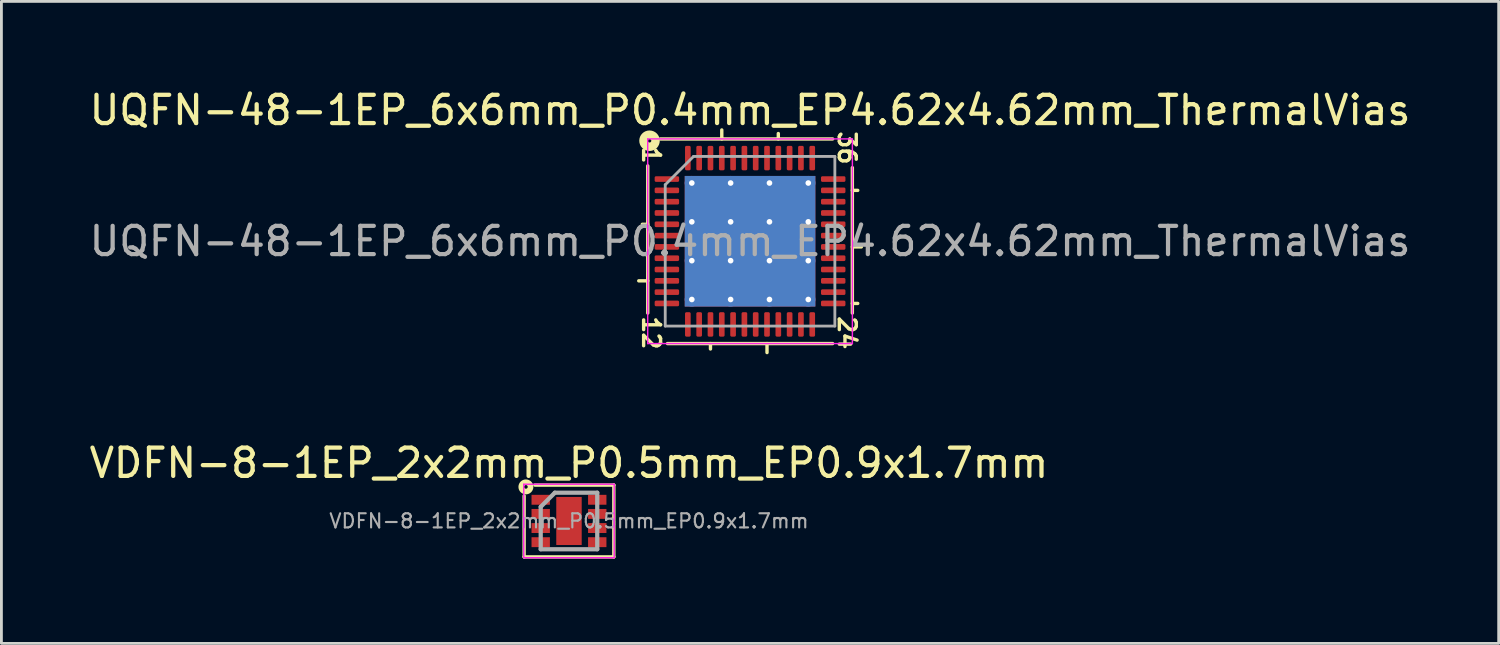
<source format=kicad_pcb>
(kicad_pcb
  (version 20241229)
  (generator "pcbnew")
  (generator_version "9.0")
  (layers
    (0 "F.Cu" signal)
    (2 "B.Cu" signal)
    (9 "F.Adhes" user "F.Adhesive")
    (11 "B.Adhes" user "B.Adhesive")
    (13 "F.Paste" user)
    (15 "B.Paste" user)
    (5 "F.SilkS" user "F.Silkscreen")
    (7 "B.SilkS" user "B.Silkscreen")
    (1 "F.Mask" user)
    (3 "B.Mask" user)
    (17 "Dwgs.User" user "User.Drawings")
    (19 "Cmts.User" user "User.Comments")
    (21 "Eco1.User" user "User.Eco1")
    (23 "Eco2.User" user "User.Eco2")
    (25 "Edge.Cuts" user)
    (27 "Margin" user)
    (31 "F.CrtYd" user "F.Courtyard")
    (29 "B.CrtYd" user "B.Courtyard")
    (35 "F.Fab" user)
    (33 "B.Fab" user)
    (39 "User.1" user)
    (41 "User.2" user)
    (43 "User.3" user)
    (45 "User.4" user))
  (footprint "UQFN-48-1EP_6x6mm_P0.4mm_EP4.62x4.62mm_ThermalVias"
    (layer "F.Cu")
    (at 23.482 5.484)
    (property "Reference" "UQFN-48-1EP_6x6mm_P0.4mm_EP4.62x4.62mm_ThermalVias" (at 0 -4.636 0) (layer "F.SilkS") (effects (font (size 1 1) (thickness 0.15))))
    (attr smd)
    (fp_line (start -3.619 -2.667) (end -3.619 2.54) (stroke (width 0.12) (type solid)) (layer "F.SilkS"))
    (fp_line (start -3.619 -0.6) (end -3.81 -0.6) (stroke (width 0.12) (type solid)) (layer "F.SilkS"))
    (fp_line (start -3.619 1.4) (end -3.937 1.4) (stroke (width 0.12) (type solid)) (layer "F.SilkS"))
    (fp_line (start -2.921 3.619) (end 2.921 3.619) (stroke (width 0.12) (type solid)) (layer "F.SilkS"))
    (fp_line (start -1.4 3.81) (end -1.4 3.619) (stroke (width 0.12) (type solid)) (layer "F.SilkS"))
    (fp_line (start -1 -3.619) (end -1 -3.937) (stroke (width 0.12) (type solid)) (layer "F.SilkS"))
    (fp_line (start 0.6 3.619) (end 0.6 3.937) (stroke (width 0.12) (type solid)) (layer "F.SilkS"))
    (fp_line (start 1 -3.619) (end 1 -3.81) (stroke (width 0.12) (type solid)) (layer "F.SilkS"))
    (fp_line (start 2.921 -3.619) (end -3.175 -3.619) (stroke (width 0.12) (type solid)) (layer "F.SilkS"))
    (fp_line (start 3.619 -1.8) (end 3.81 -1.8) (stroke (width 0.12) (type solid)) (layer "F.SilkS"))
    (fp_line (start 3.619 0.2) (end 3.937 0.2) (stroke (width 0.12) (type solid)) (layer "F.SilkS"))
    (fp_line (start 3.619 2.2) (end 3.81 2.2) (stroke (width 0.12) (type solid)) (layer "F.SilkS"))
    (fp_line (start 3.619 2.54) (end 3.619 -2.603) (stroke (width 0.12) (type solid)) (layer "F.SilkS"))
    (fp_circle (center -3.556 -3.556) (end -3.493 -3.556) (stroke (width 0.3) (type solid)) (fill no) (layer "F.SilkS"))
    (fp_line (start -3.62 -3.62) (end -3.62 3.62) (stroke (width 0.05) (type solid)) (layer "F.CrtYd"))
    (fp_line (start -3.62 3.62) (end 3.62 3.62) (stroke (width 0.05) (type solid)) (layer "F.CrtYd"))
    (fp_line (start 3.62 -3.62) (end -3.62 -3.62) (stroke (width 0.05) (type solid)) (layer "F.CrtYd"))
    (fp_line (start 3.62 3.62) (end 3.62 -3.62) (stroke (width 0.05) (type solid)) (layer "F.CrtYd"))
    (fp_line (start -3 -2) (end -2 -3) (stroke (width 0.1) (type solid)) (layer "F.Fab"))
    (fp_line (start -3 3) (end -3 -2) (stroke (width 0.1) (type solid)) (layer "F.Fab"))
    (fp_line (start -2 -3) (end 3 -3) (stroke (width 0.1) (type solid)) (layer "F.Fab"))
    (fp_line (start 3 -3) (end 3 3) (stroke (width 0.1) (type solid)) (layer "F.Fab"))
    (fp_line (start 3 3) (end -3 3) (stroke (width 0.1) (type solid)) (layer "F.Fab"))
    (fp_text user "1" (at -3.493 -3.048 270) (unlocked yes) (layer "F.SilkS") (effects (font (size 0.6 0.6) (thickness 0.12))))
    (fp_text user "12" (at -3.493 3.239 270) (unlocked yes) (layer "F.SilkS") (effects (font (size 0.6 0.6) (thickness 0.12))))
    (fp_text user "36" (at 3.429 -3.302 270) (unlocked yes) (layer "F.SilkS") (effects (font (size 0.6 0.6) (thickness 0.12))))
    (fp_text user "24" (at 3.429 3.239 270) (unlocked yes) (layer "F.SilkS") (effects (font (size 0.6 0.6) (thickness 0.12))))
    (fp_text user "${REFERENCE}" (at 0 0 0) (layer "F.Fab") (effects (font (size 1 1) (thickness 0.15))))
    (pad "" smd roundrect (at -1.373 -1.373) (size 1.193 1.193) (layers "F.Paste") (roundrect_rratio 0.21))
    (pad "" smd roundrect (at -1.373 0) (size 1.193 1.193) (layers "F.Paste") (roundrect_rratio 0.21))
    (pad "" smd roundrect (at -1.373 1.373) (size 1.193 1.193) (layers "F.Paste") (roundrect_rratio 0.21))
    (pad "" smd roundrect (at 0 -1.373) (size 1.193 1.193) (layers "F.Paste") (roundrect_rratio 0.21))
    (pad "" smd roundrect (at 0 0) (size 1.193 1.193) (layers "F.Paste") (roundrect_rratio 0.21))
    (pad "" smd roundrect (at 0 1.373) (size 1.193 1.193) (layers "F.Paste") (roundrect_rratio 0.21))
    (pad "" smd roundrect (at 1.373 -1.373) (size 1.193 1.193) (layers "F.Paste") (roundrect_rratio 0.21))
    (pad "" smd roundrect (at 1.373 0) (size 1.193 1.193) (layers "F.Paste") (roundrect_rratio 0.21))
    (pad "" smd roundrect (at 1.373 1.373) (size 1.193 1.193) (layers "F.Paste") (roundrect_rratio 0.21))
    (pad "1" smd roundrect (at -2.942 -2.2) (size 0.865 0.2) (layers "F.Cu" "F.Mask" "F.Paste") (roundrect_rratio 0.25))
    (pad "2" smd roundrect (at -2.942 -1.8) (size 0.865 0.2) (layers "F.Cu" "F.Mask" "F.Paste") (roundrect_rratio 0.25))
    (pad "3" smd roundrect (at -2.942 -1.4) (size 0.865 0.2) (layers "F.Cu" "F.Mask" "F.Paste") (roundrect_rratio 0.25))
    (pad "4" smd roundrect (at -2.942 -1) (size 0.865 0.2) (layers "F.Cu" "F.Mask" "F.Paste") (roundrect_rratio 0.25))
    (pad "5" smd roundrect (at -2.942 -0.6) (size 0.865 0.2) (layers "F.Cu" "F.Mask" "F.Paste") (roundrect_rratio 0.25))
    (pad "6" smd roundrect (at -2.942 -0.2) (size 0.865 0.2) (layers "F.Cu" "F.Mask" "F.Paste") (roundrect_rratio 0.25))
    (pad "7" smd roundrect (at -2.942 0.2) (size 0.865 0.2) (layers "F.Cu" "F.Mask" "F.Paste") (roundrect_rratio 0.25))
    (pad "8" smd roundrect (at -2.942 0.6) (size 0.865 0.2) (layers "F.Cu" "F.Mask" "F.Paste") (roundrect_rratio 0.25))
    (pad "9" smd roundrect (at -2.942 1) (size 0.865 0.2) (layers "F.Cu" "F.Mask" "F.Paste") (roundrect_rratio 0.25))
    (pad "10" smd roundrect (at -2.942 1.4) (size 0.865 0.2) (layers "F.Cu" "F.Mask" "F.Paste") (roundrect_rratio 0.25))
    (pad "11" smd roundrect (at -2.942 1.8) (size 0.865 0.2) (layers "F.Cu" "F.Mask" "F.Paste") (roundrect_rratio 0.25))
    (pad "12" smd roundrect (at -2.942 2.2) (size 0.865 0.2) (layers "F.Cu" "F.Mask" "F.Paste") (roundrect_rratio 0.25))
    (pad "13" smd roundrect (at -2.2 2.942) (size 0.2 0.865) (layers "F.Cu" "F.Mask" "F.Paste") (roundrect_rratio 0.25))
    (pad "14" smd roundrect (at -1.8 2.942) (size 0.2 0.865) (layers "F.Cu" "F.Mask" "F.Paste") (roundrect_rratio 0.25))
    (pad "15" smd roundrect (at -1.4 2.942) (size 0.2 0.865) (layers "F.Cu" "F.Mask" "F.Paste") (roundrect_rratio 0.25))
    (pad "16" smd roundrect (at -1 2.942) (size 0.2 0.865) (layers "F.Cu" "F.Mask" "F.Paste") (roundrect_rratio 0.25))
    (pad "17" smd roundrect (at -0.6 2.942) (size 0.2 0.865) (layers "F.Cu" "F.Mask" "F.Paste") (roundrect_rratio 0.25))
    (pad "18" smd roundrect (at -0.2 2.942) (size 0.2 0.865) (layers "F.Cu" "F.Mask" "F.Paste") (roundrect_rratio 0.25))
    (pad "19" smd roundrect (at 0.2 2.942) (size 0.2 0.865) (layers "F.Cu" "F.Mask" "F.Paste") (roundrect_rratio 0.25))
    (pad "20" smd roundrect (at 0.6 2.942) (size 0.2 0.865) (layers "F.Cu" "F.Mask" "F.Paste") (roundrect_rratio 0.25))
    (pad "21" smd roundrect (at 1 2.942) (size 0.2 0.865) (layers "F.Cu" "F.Mask" "F.Paste") (roundrect_rratio 0.25))
    (pad "22" smd roundrect (at 1.4 2.942) (size 0.2 0.865) (layers "F.Cu" "F.Mask" "F.Paste") (roundrect_rratio 0.25))
    (pad "23" smd roundrect (at 1.8 2.942) (size 0.2 0.865) (layers "F.Cu" "F.Mask" "F.Paste") (roundrect_rratio 0.25))
    (pad "24" smd roundrect (at 2.2 2.942) (size 0.2 0.865) (layers "F.Cu" "F.Mask" "F.Paste") (roundrect_rratio 0.25))
    (pad "25" smd roundrect (at 2.942 2.2) (size 0.865 0.2) (layers "F.Cu" "F.Mask" "F.Paste") (roundrect_rratio 0.25))
    (pad "26" smd roundrect (at 2.942 1.8) (size 0.865 0.2) (layers "F.Cu" "F.Mask" "F.Paste") (roundrect_rratio 0.25))
    (pad "27" smd roundrect (at 2.942 1.4) (size 0.865 0.2) (layers "F.Cu" "F.Mask" "F.Paste") (roundrect_rratio 0.25))
    (pad "28" smd roundrect (at 2.942 1) (size 0.865 0.2) (layers "F.Cu" "F.Mask" "F.Paste") (roundrect_rratio 0.25))
    (pad "29" smd roundrect (at 2.942 0.6) (size 0.865 0.2) (layers "F.Cu" "F.Mask" "F.Paste") (roundrect_rratio 0.25))
    (pad "30" smd roundrect (at 2.942 0.2) (size 0.865 0.2) (layers "F.Cu" "F.Mask" "F.Paste") (roundrect_rratio 0.25))
    (pad "31" smd roundrect (at 2.942 -0.2) (size 0.865 0.2) (layers "F.Cu" "F.Mask" "F.Paste") (roundrect_rratio 0.25))
    (pad "32" smd roundrect (at 2.942 -0.6) (size 0.865 0.2) (layers "F.Cu" "F.Mask" "F.Paste") (roundrect_rratio 0.25))
    (pad "33" smd roundrect (at 2.942 -1) (size 0.865 0.2) (layers "F.Cu" "F.Mask" "F.Paste") (roundrect_rratio 0.25))
    (pad "34" smd roundrect (at 2.942 -1.4) (size 0.865 0.2) (layers "F.Cu" "F.Mask" "F.Paste") (roundrect_rratio 0.25))
    (pad "35" smd roundrect (at 2.942 -1.8) (size 0.865 0.2) (layers "F.Cu" "F.Mask" "F.Paste") (roundrect_rratio 0.25))
    (pad "36" smd roundrect (at 2.942 -2.2) (size 0.865 0.2) (layers "F.Cu" "F.Mask" "F.Paste") (roundrect_rratio 0.25))
    (pad "37" smd roundrect (at 2.2 -2.942) (size 0.2 0.865) (layers "F.Cu" "F.Mask" "F.Paste") (roundrect_rratio 0.25))
    (pad "38" smd roundrect (at 1.8 -2.942) (size 0.2 0.865) (layers "F.Cu" "F.Mask" "F.Paste") (roundrect_rratio 0.25))
    (pad "39" smd roundrect (at 1.4 -2.942) (size 0.2 0.865) (layers "F.Cu" "F.Mask" "F.Paste") (roundrect_rratio 0.25))
    (pad "40" smd roundrect (at 1 -2.942) (size 0.2 0.865) (layers "F.Cu" "F.Mask" "F.Paste") (roundrect_rratio 0.25))
    (pad "41" smd roundrect (at 0.6 -2.942) (size 0.2 0.865) (layers "F.Cu" "F.Mask" "F.Paste") (roundrect_rratio 0.25))
    (pad "42" smd roundrect (at 0.2 -2.942) (size 0.2 0.865) (layers "F.Cu" "F.Mask" "F.Paste") (roundrect_rratio 0.25))
    (pad "43" smd roundrect (at -0.2 -2.942) (size 0.2 0.865) (layers "F.Cu" "F.Mask" "F.Paste") (roundrect_rratio 0.25))
    (pad "44" smd roundrect (at -0.6 -2.942) (size 0.2 0.865) (layers "F.Cu" "F.Mask" "F.Paste") (roundrect_rratio 0.25))
    (pad "45" smd roundrect (at -1 -2.942) (size 0.2 0.865) (layers "F.Cu" "F.Mask" "F.Paste") (roundrect_rratio 0.25))
    (pad "46" smd roundrect (at -1.4 -2.942) (size 0.2 0.865) (layers "F.Cu" "F.Mask" "F.Paste") (roundrect_rratio 0.25))
    (pad "47" smd roundrect (at -1.8 -2.942) (size 0.2 0.865) (layers "F.Cu" "F.Mask" "F.Paste") (roundrect_rratio 0.25))
    (pad "48" smd roundrect (at -2.2 -2.942) (size 0.2 0.865) (layers "F.Cu" "F.Mask" "F.Paste") (roundrect_rratio 0.25))
    (pad "49" thru_hole circle (at -2.06 -2.06) (size 0.5 0.5) (drill 0.2) (layers "*.Cu"))
    (pad "49" thru_hole circle (at -2.06 -0.687) (size 0.5 0.5) (drill 0.2) (layers "*.Cu"))
    (pad "49" thru_hole circle (at -2.06 0.687) (size 0.5 0.5) (drill 0.2) (layers "*.Cu"))
    (pad "49" thru_hole circle (at -2.06 2.06) (size 0.5 0.5) (drill 0.2) (layers "*.Cu"))
    (pad "49" thru_hole circle (at -0.687 -2.06) (size 0.5 0.5) (drill 0.2) (layers "*.Cu"))
    (pad "49" thru_hole circle (at -0.687 -0.687) (size 0.5 0.5) (drill 0.2) (layers "*.Cu"))
    (pad "49" thru_hole circle (at -0.687 0.687) (size 0.5 0.5) (drill 0.2) (layers "*.Cu"))
    (pad "49" thru_hole circle (at -0.687 2.06) (size 0.5 0.5) (drill 0.2) (layers "*.Cu"))
    (pad "49" smd rect (at 0 0) (size 4.62 4.62) (layers "F.Cu" "F.Mask"))
    (pad "49" smd rect (at 0 0) (size 4.62 4.62) (layers "B.Cu"))
    (pad "49" thru_hole circle (at 0.687 -2.06) (size 0.5 0.5) (drill 0.2) (layers "*.Cu"))
    (pad "49" thru_hole circle (at 0.687 -0.687) (size 0.5 0.5) (drill 0.2) (layers "*.Cu"))
    (pad "49" thru_hole circle (at 0.687 0.687) (size 0.5 0.5) (drill 0.2) (layers "*.Cu"))
    (pad "49" thru_hole circle (at 0.687 2.06) (size 0.5 0.5) (drill 0.2) (layers "*.Cu"))
    (pad "49" thru_hole circle (at 2.06 -2.06) (size 0.5 0.5) (drill 0.2) (layers "*.Cu"))
    (pad "49" thru_hole circle (at 2.06 -0.687) (size 0.5 0.5) (drill 0.2) (layers "*.Cu"))
    (pad "49" thru_hole circle (at 2.06 0.687) (size 0.5 0.5) (drill 0.2) (layers "*.Cu"))
    (pad "49" thru_hole circle (at 2.06 2.06) (size 0.5 0.5) (drill 0.2) (layers "*.Cu")))
  (footprint "VDFN-8-1EP_2x2mm_P0.5mm_EP0.9x1.7mm"
    (layer "F.Cu")
    (at 17.077 15.379)
    (property "Reference" "VDFN-8-1EP_2x2mm_P0.5mm_EP0.9x1.7mm" (at 0 -2.05 0) (layer "F.SilkS") (effects (font (size 1 1) (thickness 0.15))))
    (attr smd)
    (fp_line (start -1.587 1.27) (end -1.587 -0.889) (stroke (width 0.12) (type solid)) (layer "F.SilkS"))
    (fp_line (start -1.206 -1.27) (end 1.587 -1.27) (stroke (width 0.12) (type solid)) (layer "F.SilkS"))
    (fp_line (start 1.587 -1.27) (end 1.587 1.27) (stroke (width 0.12) (type solid)) (layer "F.SilkS"))
    (fp_line (start 1.587 1.27) (end -1.587 1.27) (stroke (width 0.12) (type solid)) (layer "F.SilkS"))
    (fp_circle (center -1.524 -1.206) (end -1.46 -1.206) (stroke (width 0.2) (type solid)) (fill no) (layer "F.SilkS"))
    (fp_line (start -1.6 -1.3) (end -1.6 1.3) (stroke (width 0.05) (type solid)) (layer "F.CrtYd"))
    (fp_line (start -1.6 -1.3) (end 1.6 -1.3) (stroke (width 0.05) (type solid)) (layer "F.CrtYd"))
    (fp_line (start -1.6 1.3) (end 1.6 1.3) (stroke (width 0.05) (type solid)) (layer "F.CrtYd"))
    (fp_line (start 1.6 -1.3) (end 1.6 1.3) (stroke (width 0.05) (type solid)) (layer "F.CrtYd"))
    (fp_line (start -1 -0.5) (end -0.5 -1) (stroke (width 0.15) (type solid)) (layer "F.Fab"))
    (fp_line (start -1 1) (end -1 -0.5) (stroke (width 0.15) (type solid)) (layer "F.Fab"))
    (fp_line (start -0.5 -1) (end 1 -1) (stroke (width 0.15) (type solid)) (layer "F.Fab"))
    (fp_line (start 1 -1) (end 1 1) (stroke (width 0.15) (type solid)) (layer "F.Fab"))
    (fp_line (start 1 1) (end -1 1) (stroke (width 0.15) (type solid)) (layer "F.Fab"))
    (fp_text user "${REFERENCE}" (at 0 0 0) (layer "F.Fab") (effects (font (size 0.5 0.5) (thickness 0.075))))
    (pad "" smd rect (at 0 -0.425) (size 0.72 0.69) (layers "F.Paste"))
    (pad "" smd rect (at 0 0.425) (size 0.72 0.69) (layers "F.Paste"))
    (pad "1" smd rect (at -1 -0.75) (size 0.65 0.35) (layers "F.Cu" "F.Mask" "F.Paste"))
    (pad "2" smd rect (at -1 -0.25) (size 0.65 0.35) (layers "F.Cu" "F.Mask" "F.Paste"))
    (pad "3" smd rect (at -1 0.25) (size 0.65 0.35) (layers "F.Cu" "F.Mask" "F.Paste"))
    (pad "4" smd rect (at -1 0.75) (size 0.65 0.35) (layers "F.Cu" "F.Mask" "F.Paste"))
    (pad "5" smd rect (at 1 0.75) (size 0.65 0.35) (layers "F.Cu" "F.Mask" "F.Paste"))
    (pad "6" smd rect (at 1 0.25) (size 0.65 0.35) (layers "F.Cu" "F.Mask" "F.Paste"))
    (pad "7" smd rect (at 1 -0.25) (size 0.65 0.35) (layers "F.Cu" "F.Mask" "F.Paste"))
    (pad "8" smd rect (at 1 -0.75) (size 0.65 0.35) (layers "F.Cu" "F.Mask" "F.Paste"))
    (pad "9" smd rect (at 0 0) (size 0.9 1.7) (layers "F.Cu" "F.Mask")))
  (gr_rect
    (start -3 -3)
    (end 49.964 19.709)
    (stroke (width 0.1) (type default))
    (fill no)
    (layer "Edge.Cuts")))
</source>
